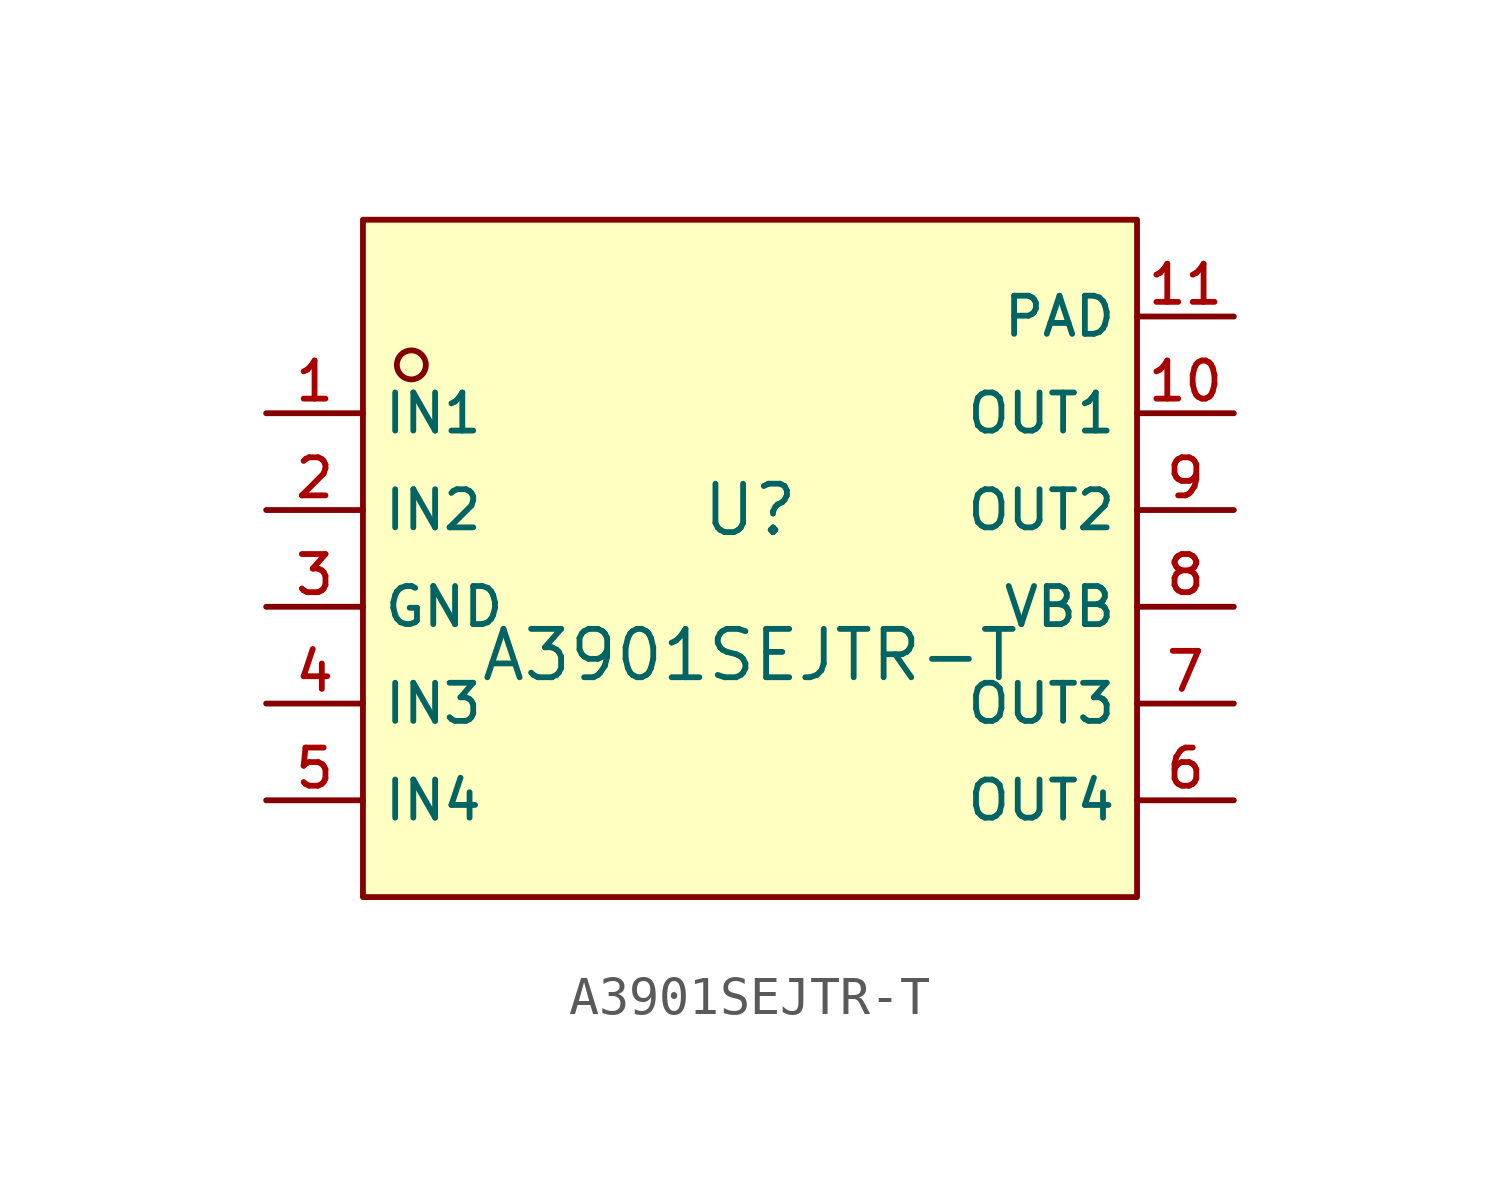
<source format=kicad_sym>
(kicad_symbol_lib
  (version 20210201)
  (generator TousstNicolas/JLC2KiCad_lib)
  (symbol "A3901SEJTR-T"
    (property "Reference" "U"
      (at 0 1.27 0)
      (effects (font (size 1.27 1.27))))
    (property "Value" "A3901SEJTR-T"
      (at 0 -2.54 0)
      (effects (font (size 1.27 1.27))))
    (symbol "A3901SEJTR-T_0_1"
      (rectangle (start -10.16 8.89) (end 10.16 -8.89) (stroke (width 0) (type default) (color 0 0 0 0)) (fill (type background)))
      (circle (center -8.89 5.08) (radius 0.381) (stroke (width 0) (type default) (color 0 0 0 0)) (fill (type background)))
      (pin unspecified line (at -12.7 3.81 0) (length 2.54) (name "IN1" (effects (font (size 1 1)))) (number "1" (effects (font (size 1 1)))))
      (pin unspecified line (at -12.7 1.27 0) (length 2.54) (name "IN2" (effects (font (size 1 1)))) (number "2" (effects (font (size 1 1)))))
      (pin unspecified line (at -12.7 -1.27 0) (length 2.54) (name "GND" (effects (font (size 1 1)))) (number "3" (effects (font (size 1 1)))))
      (pin unspecified line (at -12.7 -3.81 0) (length 2.54) (name "IN3" (effects (font (size 1 1)))) (number "4" (effects (font (size 1 1)))))
      (pin unspecified line (at -12.7 -6.35 0) (length 2.54) (name "IN4" (effects (font (size 1 1)))) (number "5" (effects (font (size 1 1)))))
      (pin unspecified line (at 12.7 -6.35 180) (length 2.54) (name "OUT4" (effects (font (size 1 1)))) (number "6" (effects (font (size 1 1)))))
      (pin unspecified line (at 12.7 -3.81 180) (length 2.54) (name "OUT3" (effects (font (size 1 1)))) (number "7" (effects (font (size 1 1)))))
      (pin unspecified line (at 12.7 -1.27 180) (length 2.54) (name "VBB" (effects (font (size 1 1)))) (number "8" (effects (font (size 1 1)))))
      (pin unspecified line (at 12.7 1.27 180) (length 2.54) (name "OUT2" (effects (font (size 1 1)))) (number "9" (effects (font (size 1 1)))))
      (pin unspecified line (at 12.7 3.81 180) (length 2.54) (name "OUT1" (effects (font (size 1 1)))) (number "10" (effects (font (size 1 1)))))
      (pin unspecified line (at 12.7 6.35 180) (length 2.54) (name "PAD" (effects (font (size 1 1)))) (number "11" (effects (font (size 1 1))))))))
</source>
